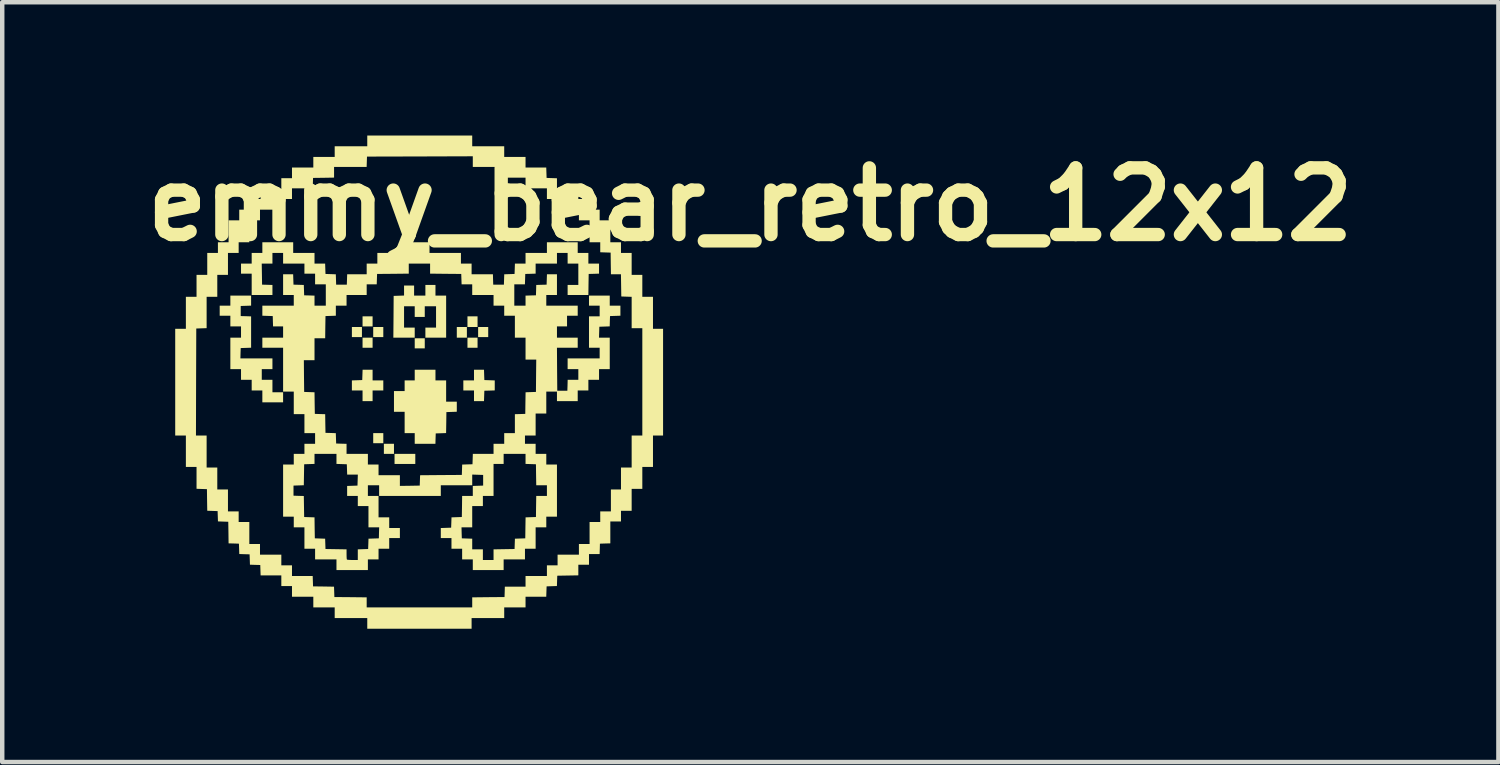
<source format=kicad_pcb>
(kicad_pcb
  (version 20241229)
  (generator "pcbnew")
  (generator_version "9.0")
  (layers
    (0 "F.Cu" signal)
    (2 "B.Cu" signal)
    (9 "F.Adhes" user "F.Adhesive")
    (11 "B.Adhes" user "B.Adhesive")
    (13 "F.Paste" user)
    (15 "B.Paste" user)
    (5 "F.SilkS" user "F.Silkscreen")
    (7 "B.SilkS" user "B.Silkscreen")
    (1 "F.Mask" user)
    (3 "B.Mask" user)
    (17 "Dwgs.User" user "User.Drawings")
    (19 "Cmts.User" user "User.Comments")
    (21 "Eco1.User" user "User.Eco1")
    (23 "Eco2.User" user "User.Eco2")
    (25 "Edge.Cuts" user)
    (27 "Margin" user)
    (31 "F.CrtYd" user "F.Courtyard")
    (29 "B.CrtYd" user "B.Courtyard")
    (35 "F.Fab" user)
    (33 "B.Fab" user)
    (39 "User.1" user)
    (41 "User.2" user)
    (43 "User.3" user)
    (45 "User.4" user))
  (footprint "emmy_bear_retro_12x12"
    (layer "F.Cu")
    (at 6.336 5.55)
    (property "Reference" "emmy_bear_retro_12x12" (at 7.5 -4 0) (layer "F.SilkS") (effects (font (size 1.5 1.5) (thickness 0.3))))
    (attr board_only exclude_from_pos_files exclude_from_bom)
    (fp_poly (pts (xy -1.241 -1.127) (xy -1.241 -1.014) (xy -1.354 -1.014) (xy -1.467 -1.014) (xy -1.467 -1.127) (xy -1.467 -1.241) (xy -1.354 -1.241) (xy -1.241 -1.241)) (stroke (width 0) (type solid)) (fill yes) (layer "F.SilkS"))
    (fp_poly (pts (xy -1.001 -1.367) (xy -1.001 -1.254) (xy -1.114 -1.254) (xy -1.227 -1.254) (xy -1.227 -1.367) (xy -1.227 -1.481) (xy -1.114 -1.481) (xy -1.001 -1.481)) (stroke (width 0) (type solid)) (fill yes) (layer "F.SilkS"))
    (fp_poly (pts (xy -1.001 -0.887) (xy -1.001 -0.774) (xy -1.114 -0.774) (xy -1.227 -0.774) (xy -1.227 -0.887) (xy -1.227 -1.001) (xy -1.114 -1.001) (xy -1.001 -1.001)) (stroke (width 0) (type solid)) (fill yes) (layer "F.SilkS"))
    (fp_poly (pts (xy -0.76 -1.127) (xy -0.76 -1.014) (xy -0.874 -1.014) (xy -0.987 -1.014) (xy -0.987 -1.127) (xy -0.987 -1.241) (xy -0.874 -1.241) (xy -0.76 -1.241)) (stroke (width 0) (type solid)) (fill yes) (layer "F.SilkS"))
    (fp_poly (pts (xy -0.76 1.261) (xy -0.76 1.374) (xy -0.874 1.374) (xy -0.987 1.374) (xy -0.987 1.261) (xy -0.987 1.147) (xy -0.874 1.147) (xy -0.76 1.147)) (stroke (width 0) (type solid)) (fill yes) (layer "F.SilkS"))
    (fp_poly (pts (xy -0.52 1.501) (xy -0.52 1.614) (xy -0.634 1.614) (xy -0.747 1.614) (xy -0.747 1.501) (xy -0.747 1.387) (xy -0.634 1.387) (xy -0.52 1.387)) (stroke (width 0) (type solid)) (fill yes) (layer "F.SilkS"))
    (fp_poly (pts (xy -0.04 1.728) (xy -0.04 1.841) (xy -0.273 1.841) (xy -0.507 1.841) (xy -0.507 1.728) (xy -0.507 1.614) (xy -0.273 1.614) (xy -0.04 1.614)) (stroke (width 0) (type solid)) (fill yes) (layer "F.SilkS"))
    (fp_poly (pts (xy 0.173 -0.874) (xy 0.173 -0.76) (xy 0.06 -0.76) (xy -0.053 -0.76) (xy -0.053 -0.874) (xy -0.053 -0.987) (xy 0.06 -0.987) (xy 0.173 -0.987)) (stroke (width 0) (type solid)) (fill yes) (layer "F.SilkS"))
    (fp_poly (pts (xy 1.121 -1.121) (xy 1.121 -1.001) (xy 1.007 -1.001) (xy 0.894 -1.001) (xy 0.894 -1.121) (xy 0.894 -1.241) (xy 1.007 -1.241) (xy 1.121 -1.241)) (stroke (width 0) (type solid)) (fill yes) (layer "F.SilkS"))
    (fp_poly (pts (xy 1.361 -1.361) (xy 1.361 -1.241) (xy 1.247 -1.241) (xy 1.134 -1.241) (xy 1.134 -1.361) (xy 1.134 -1.481) (xy 1.247 -1.481) (xy 1.361 -1.481)) (stroke (width 0) (type solid)) (fill yes) (layer "F.SilkS"))
    (fp_poly (pts (xy 1.361 -0.887) (xy 1.361 -0.774) (xy 1.247 -0.774) (xy 1.134 -0.774) (xy 1.134 -0.887) (xy 1.134 -1.001) (xy 1.247 -1.001) (xy 1.361 -1.001)) (stroke (width 0) (type solid)) (fill yes) (layer "F.SilkS"))
    (fp_poly (pts (xy 1.601 -1.127) (xy 1.601 -1.014) (xy 1.487 -1.014) (xy 1.374 -1.014) (xy 1.374 -1.127) (xy 1.374 -1.241) (xy 1.487 -1.241) (xy 1.601 -1.241)) (stroke (width 0) (type solid)) (fill yes) (layer "F.SilkS"))
    (fp_poly (pts (xy -1.001 -0.16) (xy -1.001 -0.04) (xy -0.88 -0.04) (xy -0.76 -0.04) (xy -0.76 0.073) (xy -0.76 0.187) (xy -0.88 0.187) (xy -1.001 0.187) (xy -1.001 0.307) (xy -1.001 0.427) (xy -1.114 0.427) (xy -1.227 0.427) (xy -1.227 0.307) (xy -1.227 0.187) (xy -1.347 0.187) (xy -1.467 0.187) (xy -1.467 0.074) (xy -1.467 -0.039) (xy -1.351 -0.043) (xy -1.234 -0.047) (xy -1.23 -0.163) (xy -1.226 -0.28) (xy -1.113 -0.28) (xy -1.001 -0.28)) (stroke (width 0) (type solid)) (fill yes) (layer "F.SilkS"))
    (fp_poly (pts (xy 1.51 -0.163) (xy 1.514 -0.047) (xy 1.631 -0.043) (xy 1.748 -0.039) (xy 1.748 0.073) (xy 1.748 0.186) (xy 1.631 0.19) (xy 1.514 0.193) (xy 1.51 0.31) (xy 1.506 0.427) (xy 1.394 0.427) (xy 1.281 0.427) (xy 1.281 0.307) (xy 1.281 0.187) (xy 1.161 0.187) (xy 1.041 0.187) (xy 1.041 0.073) (xy 1.041 -0.04) (xy 1.161 -0.04) (xy 1.281 -0.04) (xy 1.281 -0.16) (xy 1.281 -0.28) (xy 1.394 -0.28) (xy 1.506 -0.28)) (stroke (width 0) (type solid)) (fill yes) (layer "F.SilkS"))
    (fp_poly (pts (xy 0.414 -0.16) (xy 0.414 -0.04) (xy 0.534 -0.04) (xy 0.654 -0.04) (xy 0.654 0.2) (xy 0.654 0.44) (xy 0.774 0.44) (xy 0.894 0.44) (xy 0.894 0.553) (xy 0.894 0.666) (xy 0.777 0.67) (xy 0.66 0.674) (xy 0.657 0.91) (xy 0.653 1.146) (xy 0.537 1.15) (xy 0.42 1.154) (xy 0.416 1.271) (xy 0.413 1.387) (xy 0.18 1.387) (xy -0.053 1.387) (xy -0.053 1.267) (xy -0.053 1.147) (xy -0.167 1.147) (xy -0.28 1.147) (xy -0.28 0.907) (xy -0.28 0.667) (xy -0.4 0.667) (xy -0.52 0.667) (xy -0.52 0.434) (xy -0.52 0.2) (xy -0.4 0.2) (xy -0.28 0.2) (xy -0.28 0.08) (xy -0.28 -0.04) (xy -0.167 -0.04) (xy -0.053 -0.04) (xy -0.053 -0.16) (xy -0.053 -0.28) (xy 0.18 -0.28) (xy 0.414 -0.28)) (stroke (width 0) (type solid)) (fill yes) (layer "F.SilkS"))
    (fp_poly (pts (xy 0.414 -2.068) (xy 0.414 -1.948) (xy 0.534 -1.948) (xy 0.654 -1.948) (xy 0.654 -1.474) (xy 0.654 -1.001) (xy 0.42 -1.001) (xy 0.187 -1.001) (xy 0.187 -1.114) (xy 0.187 -1.227) (xy 0.307 -1.227) (xy 0.427 -1.227) (xy 0.427 -1.467) (xy 0.427 -1.708) (xy 0.3 -1.708) (xy 0.173 -1.708) (xy 0.173 -1.587) (xy 0.173 -1.467) (xy 0.06 -1.467) (xy -0.053 -1.467) (xy -0.053 -1.587) (xy -0.053 -1.708) (xy -0.173 -1.708) (xy -0.293 -1.708) (xy -0.293 -1.467) (xy -0.293 -1.227) (xy -0.173 -1.227) (xy -0.053 -1.227) (xy -0.053 -1.114) (xy -0.053 -1.001) (xy -0.294 -1.001) (xy -0.534 -1.001) (xy -0.53 -1.471) (xy -0.527 -1.941) (xy -0.41 -1.945) (xy -0.293 -1.949) (xy -0.293 -2.062) (xy -0.293 -2.174) (xy -0.18 -2.174) (xy -0.067 -2.174) (xy -0.067 -2.061) (xy -0.067 -1.948) (xy 0.06 -1.948) (xy 0.187 -1.948) (xy 0.187 -2.068) (xy 0.187 -2.188) (xy 0.3 -2.188) (xy 0.414 -2.188)) (stroke (width 0) (type solid)) (fill yes) (layer "F.SilkS"))
    (fp_poly (pts (xy -3.735 -1.835) (xy -3.735 -1.722) (xy -3.852 -1.718) (xy -3.969 -1.714) (xy -3.969 -1.601) (xy -3.969 -1.487) (xy -3.852 -1.484) (xy -3.735 -1.48) (xy -3.735 -1.127) (xy -3.735 -0.775) (xy -3.852 -0.771) (xy -3.969 -0.767) (xy -3.973 -0.65) (xy -3.976 -0.534) (xy -3.616 -0.534) (xy -3.255 -0.534) (xy -3.255 -0.414) (xy -3.255 -0.293) (xy -3.375 -0.293) (xy -3.495 -0.293) (xy -3.495 -0.173) (xy -3.495 -0.053) (xy -3.375 -0.053) (xy -3.255 -0.053) (xy -3.255 0.087) (xy -3.255 0.227) (xy -3.135 0.227) (xy -3.015 0.227) (xy -3.015 0.34) (xy -3.015 0.454) (xy -3.248 0.454) (xy -3.482 0.454) (xy -3.482 0.32) (xy -3.482 0.187) (xy -3.602 0.187) (xy -3.722 0.187) (xy -3.722 0.067) (xy -3.722 -0.053) (xy -3.842 -0.053) (xy -3.962 -0.053) (xy -3.962 -0.173) (xy -3.962 -0.293) (xy -4.082 -0.293) (xy -4.202 -0.293) (xy -4.202 -0.647) (xy -4.202 -1.001) (xy -4.082 -1.001) (xy -3.962 -1.001) (xy -3.962 -1.127) (xy -3.962 -1.254) (xy -4.082 -1.254) (xy -4.202 -1.254) (xy -4.202 -1.374) (xy -4.202 -1.494) (xy -4.322 -1.494) (xy -4.442 -1.494) (xy -4.442 -1.608) (xy -4.442 -1.721) (xy -4.322 -1.721) (xy -4.202 -1.721) (xy -4.202 -1.834) (xy -4.202 -1.948) (xy -3.969 -1.948) (xy -3.735 -1.948)) (stroke (width 0) (type solid)) (fill yes) (layer "F.SilkS"))
    (fp_poly (pts (xy 1.241 -5.43) (xy 1.241 -5.309) (xy 1.601 -5.309) (xy 1.961 -5.309) (xy 1.961 -5.189) (xy 1.961 -5.069) (xy 2.201 -5.069) (xy 2.441 -5.069) (xy 2.441 -4.949) (xy 2.441 -4.829) (xy 2.674 -4.829) (xy 2.907 -4.829) (xy 2.911 -4.712) (xy 2.915 -4.596) (xy 3.032 -4.592) (xy 3.148 -4.588) (xy 3.148 -4.475) (xy 3.148 -4.362) (xy 3.388 -4.362) (xy 3.629 -4.362) (xy 3.629 -4.242) (xy 3.629 -4.122) (xy 3.749 -4.122) (xy 3.869 -4.122) (xy 3.869 -4.002) (xy 3.869 -3.882) (xy 3.989 -3.882) (xy 4.109 -3.882) (xy 4.109 -3.762) (xy 4.109 -3.642) (xy 4.229 -3.642) (xy 4.349 -3.642) (xy 4.349 -3.395) (xy 4.349 -3.148) (xy 4.469 -3.148) (xy 4.589 -3.148) (xy 4.589 -3.028) (xy 4.589 -2.908) (xy 4.709 -2.908) (xy 4.829 -2.908) (xy 4.829 -2.661) (xy 4.829 -2.415) (xy 4.949 -2.415) (xy 5.069 -2.415) (xy 5.069 -2.168) (xy 5.069 -1.921) (xy 5.189 -1.921) (xy 5.309 -1.921) (xy 5.309 -1.561) (xy 5.309 -1.201) (xy 5.423 -1.201) (xy 5.536 -1.201) (xy 5.536 0) (xy 5.536 1.201) (xy 5.423 1.201) (xy 5.309 1.201) (xy 5.309 1.554) (xy 5.309 1.908) (xy 5.189 1.908) (xy 5.069 1.908) (xy 5.069 2.154) (xy 5.069 2.401) (xy 4.949 2.401) (xy 4.829 2.401) (xy 4.829 2.648) (xy 4.829 2.895) (xy 4.709 2.895) (xy 4.589 2.895) (xy 4.589 3.015) (xy 4.589 3.135) (xy 4.469 3.135) (xy 4.349 3.135) (xy 4.349 3.381) (xy 4.349 3.628) (xy 4.232 3.631) (xy 4.115 3.635) (xy 4.112 3.752) (xy 4.108 3.869) (xy 3.988 3.869) (xy 3.869 3.869) (xy 3.869 3.989) (xy 3.869 4.109) (xy 3.749 4.109) (xy 3.629 4.109) (xy 3.629 4.229) (xy 3.629 4.348) (xy 3.392 4.352) (xy 3.155 4.356) (xy 3.151 4.472) (xy 3.147 4.588) (xy 3.031 4.592) (xy 2.915 4.596) (xy 2.911 4.712) (xy 2.907 4.829) (xy 2.674 4.829) (xy 2.441 4.829) (xy 2.441 4.949) (xy 2.441 5.069) (xy 2.201 5.069) (xy 1.961 5.069) (xy 1.961 5.189) (xy 1.961 5.309) (xy 1.594 5.309) (xy 1.227 5.309) (xy 1.227 5.43) (xy 1.227 5.55) (xy 0.053 5.55) (xy -1.121 5.55) (xy -1.121 5.43) (xy -1.121 5.309) (xy -1.487 5.309) (xy -1.854 5.309) (xy -1.854 5.189) (xy -1.854 5.069) (xy -2.094 5.069) (xy -2.335 5.069) (xy -2.335 4.949) (xy -2.335 4.829) (xy -2.575 4.829) (xy -2.815 4.829) (xy -2.815 4.709) (xy -2.815 4.589) (xy -2.935 4.589) (xy -3.055 4.589) (xy -3.055 4.469) (xy -3.055 4.349) (xy -3.288 4.349) (xy -3.521 4.349) (xy -3.525 4.232) (xy -3.529 4.115) (xy -3.645 4.112) (xy -3.761 4.108) (xy -3.765 3.992) (xy -3.769 3.875) (xy -3.885 3.872) (xy -4.001 3.868) (xy -4.005 3.751) (xy -4.009 3.635) (xy -4.125 3.631) (xy -4.242 3.628) (xy -4.245 3.385) (xy -4.249 3.142) (xy -4.365 3.138) (xy -4.481 3.134) (xy -4.485 3.018) (xy -4.489 2.902) (xy -4.605 2.898) (xy -4.722 2.894) (xy -4.726 2.651) (xy -4.729 2.408) (xy -4.846 2.404) (xy -4.963 2.4) (xy -4.963 2.154) (xy -4.963 1.908) (xy -5.083 1.908) (xy -5.203 1.908) (xy -5.203 1.554) (xy -5.203 1.201) (xy -4.976 1.201) (xy -4.856 1.201) (xy -4.736 1.201) (xy -4.736 1.561) (xy -4.736 1.921) (xy -4.616 1.921) (xy -4.496 1.921) (xy -4.496 2.168) (xy -4.496 2.415) (xy -4.376 2.415) (xy -4.256 2.415) (xy -4.256 2.661) (xy -4.256 2.908) (xy -4.136 2.908) (xy -4.015 2.908) (xy -4.015 3.028) (xy -4.015 3.148) (xy -3.895 3.148) (xy -3.775 3.148) (xy -3.775 3.395) (xy -3.775 3.642) (xy -3.655 3.642) (xy -3.535 3.642) (xy -3.535 3.762) (xy -3.535 3.882) (xy -3.295 3.882) (xy -3.055 3.882) (xy -3.055 4.002) (xy -3.055 4.122) (xy -2.935 4.122) (xy -2.815 4.122) (xy -2.815 4.242) (xy -2.815 4.362) (xy -2.582 4.362) (xy -2.349 4.362) (xy -2.345 4.479) (xy -2.341 4.596) (xy -2.105 4.599) (xy -1.869 4.603) (xy -1.865 4.719) (xy -1.861 4.836) (xy -1.497 4.839) (xy -1.134 4.843) (xy -1.134 4.956) (xy -1.134 5.069) (xy 0.053 5.069) (xy 1.241 5.069) (xy 1.241 4.956) (xy 1.241 4.843) (xy 1.604 4.839) (xy 1.968 4.836) (xy 1.972 4.719) (xy 1.975 4.602) (xy 2.208 4.602) (xy 2.441 4.602) (xy 2.441 4.482) (xy 2.441 4.362) (xy 2.681 4.362) (xy 2.922 4.362) (xy 2.922 4.242) (xy 2.922 4.122) (xy 3.042 4.122) (xy 3.162 4.122) (xy 3.162 4.002) (xy 3.162 3.882) (xy 3.402 3.882) (xy 3.642 3.882) (xy 3.642 3.762) (xy 3.642 3.642) (xy 3.762 3.642) (xy 3.882 3.642) (xy 3.882 3.395) (xy 3.882 3.148) (xy 4.002 3.148) (xy 4.122 3.148) (xy 4.122 3.028) (xy 4.122 2.908) (xy 4.242 2.908) (xy 4.362 2.908) (xy 4.362 2.661) (xy 4.362 2.415) (xy 4.476 2.415) (xy 4.589 2.415) (xy 4.589 2.168) (xy 4.589 1.921) (xy 4.709 1.921) (xy 4.829 1.921) (xy 4.829 1.561) (xy 4.829 1.201) (xy 4.949 1.201) (xy 5.069 1.201) (xy 5.069 -0.007) (xy 5.069 -1.214) (xy 4.949 -1.214) (xy 4.829 -1.214) (xy 4.829 -1.567) (xy 4.829 -1.92) (xy 4.712 -1.924) (xy 4.596 -1.928) (xy 4.592 -2.178) (xy 4.588 -2.428) (xy 4.476 -2.428) (xy 4.363 -2.428) (xy 4.359 -2.671) (xy 4.356 -2.915) (xy 4.239 -2.919) (xy 4.122 -2.923) (xy 4.122 -3.035) (xy 4.122 -3.148) (xy 4.002 -3.148) (xy 3.882 -3.148) (xy 3.882 -3.395) (xy 3.882 -3.642) (xy 3.762 -3.642) (xy 3.642 -3.642) (xy 3.642 -3.762) (xy 3.642 -3.882) (xy 3.402 -3.882) (xy 3.162 -3.882) (xy 3.162 -4.002) (xy 3.162 -4.122) (xy 3.042 -4.122) (xy 2.922 -4.122) (xy 2.922 -4.242) (xy 2.922 -4.362) (xy 2.681 -4.362) (xy 2.441 -4.362) (xy 2.441 -4.482) (xy 2.441 -4.602) (xy 2.201 -4.602) (xy 1.961 -4.602) (xy 1.961 -4.722) (xy 1.961 -4.843) (xy 1.608 -4.843) (xy 1.254 -4.843) (xy 1.254 -4.963) (xy 1.254 -5.083) (xy 0.063 -5.079) (xy -1.127 -5.076) (xy -1.131 -4.959) (xy -1.135 -4.843) (xy -1.501 -4.843) (xy -1.868 -4.843) (xy -1.868 -4.723) (xy -1.868 -4.603) (xy -2.104 -4.599) (xy -2.341 -4.596) (xy -2.345 -4.479) (xy -2.349 -4.362) (xy -2.582 -4.362) (xy -2.815 -4.362) (xy -2.815 -4.242) (xy -2.815 -4.122) (xy -2.935 -4.122) (xy -3.055 -4.122) (xy -3.055 -4.002) (xy -3.055 -3.882) (xy -3.295 -3.882) (xy -3.535 -3.882) (xy -3.535 -3.762) (xy -3.535 -3.642) (xy -3.655 -3.642) (xy -3.775 -3.642) (xy -3.775 -3.395) (xy -3.775 -3.148) (xy -3.895 -3.148) (xy -4.015 -3.148) (xy -4.015 -3.028) (xy -4.015 -2.908) (xy -4.136 -2.908) (xy -4.256 -2.908) (xy -4.256 -2.661) (xy -4.256 -2.415) (xy -4.376 -2.415) (xy -4.496 -2.415) (xy -4.496 -2.168) (xy -4.496 -1.921) (xy -4.616 -1.921) (xy -4.736 -1.921) (xy -4.736 -1.568) (xy -4.736 -1.215) (xy -4.853 -1.211) (xy -4.969 -1.207) (xy -4.973 -0.003) (xy -4.976 1.201) (xy -5.203 1.201) (xy -5.323 1.201) (xy -5.443 1.201) (xy -5.443 0) (xy -5.443 -1.201) (xy -5.323 -1.201) (xy -5.203 -1.201) (xy -5.203 -1.561) (xy -5.203 -1.921) (xy -5.083 -1.921) (xy -4.963 -1.921) (xy -4.963 -2.168) (xy -4.963 -2.415) (xy -4.843 -2.415) (xy -4.722 -2.415) (xy -4.722 -2.661) (xy -4.722 -2.908) (xy -4.602 -2.908) (xy -4.482 -2.908) (xy -4.482 -3.028) (xy -4.482 -3.148) (xy -4.362 -3.148) (xy -4.242 -3.148) (xy -4.242 -3.395) (xy -4.242 -3.642) (xy -4.122 -3.642) (xy -4.002 -3.642) (xy -4.002 -3.762) (xy -4.002 -3.882) (xy -3.882 -3.882) (xy -3.762 -3.882) (xy -3.762 -4.002) (xy -3.762 -4.122) (xy -3.642 -4.122) (xy -3.522 -4.122) (xy -3.522 -4.236) (xy -3.522 -4.349) (xy -3.288 -4.349) (xy -3.055 -4.349) (xy -3.055 -4.469) (xy -3.055 -4.589) (xy -2.935 -4.589) (xy -2.815 -4.589) (xy -2.815 -4.709) (xy -2.815 -4.829) (xy -2.575 -4.829) (xy -2.335 -4.829) (xy -2.335 -4.949) (xy -2.335 -5.069) (xy -2.094 -5.069) (xy -1.854 -5.069) (xy -1.854 -5.189) (xy -1.854 -5.309) (xy -1.487 -5.309) (xy -1.121 -5.309) (xy -1.121 -5.43) (xy -1.121 -5.55) (xy 0.06 -5.55) (xy 1.241 -5.55)) (stroke (width 0) (type solid)) (fill yes) (layer "F.SilkS"))
    (fp_poly (pts (xy -2.788 -3.028) (xy -2.788 -2.908) (xy -2.548 -2.908) (xy -2.308 -2.908) (xy -2.308 -2.788) (xy -2.308 -2.668) (xy -2.188 -2.668) (xy -2.069 -2.668) (xy -2.065 -2.551) (xy -2.061 -2.435) (xy -1.945 -2.431) (xy -1.829 -2.427) (xy -1.825 -2.311) (xy -1.821 -2.194) (xy -1.701 -2.194) (xy -1.581 -2.194) (xy -1.577 -2.311) (xy -1.573 -2.428) (xy -1.354 -2.428) (xy -1.134 -2.428) (xy -1.134 -2.548) (xy -1.134 -2.668) (xy -1.014 -2.668) (xy -0.894 -2.668) (xy -0.894 -2.788) (xy -0.894 -2.908) (xy -0.54 -2.908) (xy -0.187 -2.908) (xy -0.187 -3.028) (xy -0.187 -3.148) (xy 0.047 -3.148) (xy 0.28 -3.148) (xy 0.28 -3.028) (xy 0.28 -2.908) (xy 0.634 -2.908) (xy 0.987 -2.908) (xy 0.987 -2.788) (xy 0.987 -2.668) (xy 1.107 -2.668) (xy 1.227 -2.668) (xy 1.227 -2.548) (xy 1.227 -2.428) (xy 1.467 -2.428) (xy 1.707 -2.428) (xy 1.71 -2.311) (xy 1.714 -2.194) (xy 1.834 -2.194) (xy 1.954 -2.194) (xy 1.958 -2.311) (xy 1.962 -2.427) (xy 2.078 -2.431) (xy 2.194 -2.435) (xy 2.198 -2.551) (xy 2.202 -2.668) (xy 2.322 -2.668) (xy 2.441 -2.668) (xy 2.441 -2.788) (xy 2.441 -2.908) (xy 2.681 -2.908) (xy 2.922 -2.908) (xy 2.922 -3.028) (xy 2.922 -3.148) (xy 3.268 -3.148) (xy 3.615 -3.148) (xy 3.615 -3.028) (xy 3.615 -2.908) (xy 3.735 -2.908) (xy 3.855 -2.908) (xy 3.855 -2.788) (xy 3.855 -2.668) (xy 3.975 -2.668) (xy 4.095 -2.668) (xy 4.095 -2.555) (xy 4.095 -2.442) (xy 3.979 -2.438) (xy 3.862 -2.435) (xy 3.858 -2.198) (xy 3.855 -1.961) (xy 3.622 -1.961) (xy 3.388 -1.961) (xy 3.388 -2.074) (xy 3.388 -2.188) (xy 3.509 -2.188) (xy 3.629 -2.188) (xy 3.629 -2.428) (xy 3.629 -2.668) (xy 3.509 -2.668) (xy 3.388 -2.668) (xy 3.388 -2.788) (xy 3.388 -2.908) (xy 3.268 -2.908) (xy 3.148 -2.908) (xy 3.148 -2.788) (xy 3.148 -2.668) (xy 2.908 -2.668) (xy 2.668 -2.668) (xy 2.668 -2.555) (xy 2.668 -2.442) (xy 2.551 -2.438) (xy 2.435 -2.435) (xy 2.431 -2.318) (xy 2.427 -2.201) (xy 2.307 -2.201) (xy 2.188 -2.201) (xy 2.188 -1.961) (xy 2.188 -1.721) (xy 2.315 -1.721) (xy 2.441 -1.721) (xy 2.441 -1.834) (xy 2.441 -1.947) (xy 2.558 -1.951) (xy 2.675 -1.954) (xy 2.679 -2.071) (xy 2.682 -2.187) (xy 2.799 -2.191) (xy 2.915 -2.194) (xy 2.919 -2.311) (xy 2.923 -2.428) (xy 3.035 -2.428) (xy 3.148 -2.428) (xy 3.148 -2.194) (xy 3.148 -1.961) (xy 3.028 -1.961) (xy 2.908 -1.961) (xy 2.908 -1.841) (xy 2.908 -1.721) (xy 3.262 -1.721) (xy 3.615 -1.721) (xy 3.615 -1.608) (xy 3.615 -1.494) (xy 3.495 -1.494) (xy 3.375 -1.494) (xy 3.375 -1.374) (xy 3.375 -1.254) (xy 3.262 -1.254) (xy 3.148 -1.254) (xy 3.148 -1.127) (xy 3.148 -1.001) (xy 3.382 -1.001) (xy 3.615 -1.001) (xy 3.615 -0.887) (xy 3.615 -0.774) (xy 3.382 -0.774) (xy 3.148 -0.774) (xy 3.151 -0.29) (xy 3.155 0.193) (xy 3.268 0.193) (xy 3.382 0.193) (xy 3.386 0.07) (xy 3.389 -0.053) (xy 3.509 -0.053) (xy 3.629 -0.053) (xy 3.629 -0.173) (xy 3.629 -0.293) (xy 3.509 -0.293) (xy 3.388 -0.293) (xy 3.388 -0.414) (xy 3.388 -0.534) (xy 3.749 -0.534) (xy 4.109 -0.534) (xy 4.109 -0.654) (xy 4.109 -0.774) (xy 3.989 -0.774) (xy 3.869 -0.774) (xy 3.869 -1.127) (xy 3.869 -1.481) (xy 3.989 -1.481) (xy 4.109 -1.481) (xy 4.109 -1.601) (xy 4.109 -1.721) (xy 3.989 -1.721) (xy 3.869 -1.721) (xy 3.869 -1.834) (xy 3.869 -1.948) (xy 4.102 -1.948) (xy 4.336 -1.948) (xy 4.336 -1.834) (xy 4.336 -1.721) (xy 4.456 -1.721) (xy 4.576 -1.721) (xy 4.576 -1.608) (xy 4.576 -1.495) (xy 4.459 -1.491) (xy 4.342 -1.487) (xy 4.338 -1.371) (xy 4.335 -1.255) (xy 4.218 -1.251) (xy 4.102 -1.247) (xy 4.098 -1.124) (xy 4.094 -1.001) (xy 4.215 -1.001) (xy 4.336 -1.001) (xy 4.336 -0.647) (xy 4.336 -0.293) (xy 4.216 -0.293) (xy 4.095 -0.293) (xy 4.095 -0.173) (xy 4.095 -0.053) (xy 3.975 -0.053) (xy 3.855 -0.053) (xy 3.855 0.067) (xy 3.855 0.187) (xy 3.735 0.187) (xy 3.615 0.187) (xy 3.615 0.307) (xy 3.615 0.427) (xy 3.382 0.427) (xy 3.148 0.427) (xy 3.148 0.32) (xy 3.148 0.213) (xy 3.028 0.213) (xy 2.908 0.213) (xy 2.908 0.46) (xy 2.908 0.707) (xy 2.788 0.707) (xy 2.668 0.707) (xy 2.668 0.954) (xy 2.668 1.201) (xy 2.548 1.201) (xy 2.428 1.201) (xy 2.428 1.294) (xy 2.428 1.387) (xy 2.548 1.387) (xy 2.668 1.387) (xy 2.668 1.501) (xy 2.668 1.614) (xy 2.788 1.614) (xy 2.908 1.614) (xy 2.908 1.734) (xy 2.908 1.854) (xy 3.028 1.854) (xy 3.148 1.854) (xy 3.148 2.441) (xy 3.148 3.028) (xy 3.028 3.028) (xy 2.908 3.028) (xy 2.908 3.148) (xy 2.908 3.268) (xy 2.788 3.268) (xy 2.668 3.268) (xy 2.668 3.509) (xy 2.668 3.749) (xy 2.548 3.749) (xy 2.428 3.749) (xy 2.428 3.869) (xy 2.428 3.989) (xy 2.188 3.989) (xy 1.948 3.989) (xy 1.948 4.109) (xy 1.948 4.229) (xy 1.601 4.229) (xy 1.254 4.229) (xy 1.254 4.109) (xy 1.254 3.989) (xy 1.134 3.989) (xy 1.014 3.989) (xy 1.014 3.869) (xy 1.014 3.749) (xy 0.894 3.749) (xy 0.774 3.749) (xy 0.774 3.629) (xy 0.774 3.509) (xy 0.654 3.509) (xy 0.534 3.509) (xy 0.534 3.396) (xy 0.534 3.283) (xy 0.65 3.279) (xy 0.767 3.275) (xy 0.767 3.268) (xy 1 3.268) (xy 1.003 3.392) (xy 1.007 3.515) (xy 1.124 3.519) (xy 1.241 3.523) (xy 1.241 3.642) (xy 1.241 3.762) (xy 1.361 3.762) (xy 1.481 3.762) (xy 1.481 3.882) (xy 1.481 4.002) (xy 1.601 4.002) (xy 1.721 4.002) (xy 1.721 3.882) (xy 1.721 3.763) (xy 1.958 3.759) (xy 2.194 3.755) (xy 2.198 3.639) (xy 2.202 3.523) (xy 2.318 3.519) (xy 2.435 3.515) (xy 2.438 3.279) (xy 2.442 3.043) (xy 2.558 3.039) (xy 2.675 3.035) (xy 2.678 2.798) (xy 2.682 2.561) (xy 2.802 2.561) (xy 2.922 2.561) (xy 2.922 2.441) (xy 2.922 2.321) (xy 2.802 2.321) (xy 2.682 2.321) (xy 2.678 2.084) (xy 2.675 1.848) (xy 2.558 1.844) (xy 2.441 1.84) (xy 2.441 1.727) (xy 2.441 1.614) (xy 2.194 1.614) (xy 1.948 1.614) (xy 1.948 1.728) (xy 1.948 1.841) (xy 1.834 1.841) (xy 1.721 1.841) (xy 1.721 2.201) (xy 1.721 2.561) (xy 1.601 2.561) (xy 1.481 2.561) (xy 1.481 2.675) (xy 1.481 2.788) (xy 1.361 2.788) (xy 1.241 2.788) (xy 1.241 3.028) (xy 1.241 3.268) (xy 1.12 3.268) (xy 1 3.268) (xy 0.767 3.268) (xy 0.771 3.159) (xy 0.775 3.043) (xy 0.891 3.039) (xy 1.007 3.035) (xy 1.011 2.798) (xy 1.014 2.561) (xy 1.134 2.561) (xy 1.254 2.561) (xy 1.254 2.448) (xy 1.254 2.336) (xy 1.371 2.332) (xy 1.487 2.328) (xy 1.487 2.208) (xy 1.487 2.088) (xy 1.364 2.084) (xy 1.241 2.08) (xy 1.241 2.201) (xy 1.241 2.321) (xy 0.887 2.321) (xy 0.534 2.321) (xy 0.534 2.441) (xy 0.534 2.561) (xy -0.16 2.561) (xy -0.854 2.561) (xy -0.854 2.441) (xy -0.854 2.321) (xy -0.981 2.321) (xy -1.107 2.321) (xy -1.107 2.441) (xy -1.107 2.561) (xy -0.987 2.561) (xy -0.867 2.561) (xy -0.867 2.801) (xy -0.867 3.042) (xy -0.747 3.042) (xy -0.627 3.042) (xy -0.627 3.162) (xy -0.627 3.282) (xy -0.507 3.282) (xy -0.387 3.282) (xy -0.387 3.395) (xy -0.387 3.509) (xy -0.507 3.509) (xy -0.627 3.509) (xy -0.627 3.629) (xy -0.627 3.749) (xy -0.747 3.749) (xy -0.867 3.749) (xy -0.867 3.869) (xy -0.867 3.989) (xy -0.987 3.989) (xy -1.107 3.989) (xy -1.107 4.109) (xy -1.107 4.229) (xy -1.461 4.229) (xy -1.814 4.229) (xy -1.814 4.109) (xy -1.814 3.989) (xy -2.054 3.989) (xy -2.295 3.989) (xy -2.295 3.869) (xy -2.295 3.749) (xy -2.415 3.749) (xy -2.535 3.749) (xy -2.535 3.509) (xy -2.535 3.268) (xy -2.655 3.268) (xy -2.775 3.268) (xy -2.775 3.148) (xy -2.775 3.028) (xy -2.895 3.028) (xy -3.015 3.028) (xy -3.015 2.441) (xy -3.015 2.328) (xy -2.781 2.328) (xy -2.781 2.441) (xy -2.781 2.555) (xy -2.665 2.559) (xy -2.549 2.562) (xy -2.545 2.799) (xy -2.541 3.035) (xy -2.425 3.039) (xy -2.308 3.043) (xy -2.305 3.279) (xy -2.301 3.515) (xy -2.185 3.519) (xy -2.069 3.523) (xy -2.065 3.639) (xy -2.061 3.755) (xy -1.824 3.759) (xy -1.587 3.763) (xy -1.587 3.873) (xy -1.586 3.925) (xy -1.584 3.967) (xy -1.58 3.99) (xy -1.579 3.993) (xy -1.562 3.997) (xy -1.526 4) (xy -1.476 4.002) (xy -1.452 4.002) (xy -1.334 4.002) (xy -1.334 3.883) (xy -1.334 3.763) (xy -1.217 3.759) (xy -1.101 3.755) (xy -1.097 3.639) (xy -1.093 3.523) (xy -0.977 3.519) (xy -0.86 3.515) (xy -0.857 3.392) (xy -0.853 3.268) (xy -0.973 3.268) (xy -1.094 3.268) (xy -1.094 3.028) (xy -1.094 2.788) (xy -1.214 2.788) (xy -1.334 2.788) (xy -1.334 2.675) (xy -1.334 2.561) (xy -1.454 2.561) (xy -1.574 2.561) (xy -1.574 2.448) (xy -1.574 2.336) (xy -1.457 2.332) (xy -1.341 2.328) (xy -1.337 2.204) (xy -1.333 2.081) (xy -1.453 2.081) (xy -1.573 2.081) (xy -1.577 1.964) (xy -1.581 1.848) (xy -1.698 1.844) (xy -1.814 1.84) (xy -1.814 1.727) (xy -1.814 1.614) (xy -2.061 1.614) (xy -2.308 1.614) (xy -2.308 1.727) (xy -2.308 1.84) (xy -2.425 1.844) (xy -2.541 1.848) (xy -2.545 2.084) (xy -2.549 2.32) (xy -2.665 2.324) (xy -2.781 2.328) (xy -3.015 2.328) (xy -3.015 1.854) (xy -2.895 1.854) (xy -2.775 1.854) (xy -2.775 1.734) (xy -2.775 1.614) (xy -2.655 1.614) (xy -2.535 1.614) (xy -2.535 1.501) (xy -2.535 1.387) (xy -2.415 1.387) (xy -2.295 1.387) (xy -2.295 1.267) (xy -2.295 1.147) (xy -2.415 1.147) (xy -2.535 1.147) (xy -2.535 0.934) (xy -2.535 0.72) (xy -2.655 0.72) (xy -2.775 0.72) (xy -2.775 0.467) (xy -2.775 0.213) (xy -2.895 0.213) (xy -3.015 0.213) (xy -3.015 -0.28) (xy -3.015 -0.494) (xy -2.548 -0.494) (xy -2.545 -0.137) (xy -2.541 0.22) (xy -2.425 0.224) (xy -2.308 0.228) (xy -2.305 0.471) (xy -2.301 0.714) (xy -2.185 0.718) (xy -2.068 0.721) (xy -2.065 0.931) (xy -2.061 1.141) (xy -1.945 1.144) (xy -1.829 1.148) (xy -1.825 1.265) (xy -1.821 1.381) (xy -1.704 1.385) (xy -1.587 1.388) (xy -1.587 1.501) (xy -1.587 1.614) (xy -1.347 1.614) (xy -1.107 1.614) (xy -1.107 1.734) (xy -1.107 1.854) (xy -0.987 1.854) (xy -0.867 1.854) (xy -0.867 1.974) (xy -0.867 2.094) (xy -0.627 2.094) (xy -0.387 2.094) (xy -0.387 2.215) (xy -0.387 2.335) (xy -0.163 2.332) (xy 0.06 2.328) (xy 0.064 2.211) (xy 0.068 2.095) (xy 0.537 2.091) (xy 1.007 2.088) (xy 1.011 1.972) (xy 1.015 1.855) (xy 1.131 1.851) (xy 1.247 1.848) (xy 1.251 1.731) (xy 1.255 1.614) (xy 1.488 1.614) (xy 1.721 1.614) (xy 1.721 1.501) (xy 1.721 1.387) (xy 1.841 1.387) (xy 1.961 1.387) (xy 1.961 1.267) (xy 1.961 1.147) (xy 2.081 1.147) (xy 2.201 1.147) (xy 2.201 0.934) (xy 2.201 0.721) (xy 2.318 0.718) (xy 2.435 0.714) (xy 2.438 0.471) (xy 2.442 0.228) (xy 2.558 0.224) (xy 2.675 0.22) (xy 2.678 -0.143) (xy 2.682 -0.507) (xy 2.562 -0.507) (xy 2.441 -0.507) (xy 2.441 -0.754) (xy 2.441 -1.001) (xy 2.321 -1.001) (xy 2.201 -1.001) (xy 2.201 -1.247) (xy 2.201 -1.494) (xy 2.081 -1.494) (xy 1.961 -1.494) (xy 1.961 -1.608) (xy 1.961 -1.721) (xy 1.841 -1.721) (xy 1.721 -1.721) (xy 1.721 -1.841) (xy 1.721 -1.961) (xy 1.481 -1.961) (xy 1.241 -1.961) (xy 1.241 -2.081) (xy 1.241 -2.201) (xy 1.121 -2.201) (xy 1.002 -2.201) (xy 0.998 -2.318) (xy 0.994 -2.435) (xy 0.644 -2.438) (xy 0.293 -2.442) (xy 0.293 -2.555) (xy 0.293 -2.668) (xy 0.053 -2.668) (xy -0.187 -2.668) (xy -0.187 -2.555) (xy -0.187 -2.442) (xy -0.544 -2.438) (xy -0.9 -2.435) (xy -0.904 -2.318) (xy -0.908 -2.201) (xy -1.021 -2.201) (xy -1.134 -2.201) (xy -1.134 -2.081) (xy -1.134 -1.961) (xy -1.361 -1.961) (xy -1.587 -1.961) (xy -1.587 -1.841) (xy -1.587 -1.721) (xy -1.708 -1.721) (xy -1.828 -1.721) (xy -1.828 -1.608) (xy -1.828 -1.495) (xy -1.944 -1.491) (xy -2.061 -1.487) (xy -2.065 -1.237) (xy -2.068 -0.987) (xy -2.188 -0.987) (xy -2.308 -0.987) (xy -2.308 -0.74) (xy -2.308 -0.494) (xy -2.428 -0.494) (xy -2.548 -0.494) (xy -3.015 -0.494) (xy -3.015 -0.774) (xy -3.248 -0.774) (xy -3.482 -0.774) (xy -3.482 -0.887) (xy -3.482 -1.001) (xy -3.248 -1.001) (xy -3.015 -1.001) (xy -3.015 -1.127) (xy -3.015 -1.254) (xy -3.128 -1.254) (xy -3.241 -1.254) (xy -3.245 -1.371) (xy -3.248 -1.487) (xy -3.365 -1.491) (xy -3.482 -1.495) (xy -3.482 -1.608) (xy -3.482 -1.721) (xy -3.128 -1.721) (xy -2.775 -1.721) (xy -2.775 -1.841) (xy -2.775 -1.961) (xy -2.895 -1.961) (xy -3.015 -1.961) (xy -3.015 -2.194) (xy -3.015 -2.428) (xy -2.902 -2.428) (xy -2.789 -2.428) (xy -2.785 -2.311) (xy -2.781 -2.194) (xy -2.665 -2.191) (xy -2.549 -2.187) (xy -2.545 -2.071) (xy -2.541 -1.954) (xy -2.425 -1.951) (xy -2.308 -1.947) (xy -2.308 -1.834) (xy -2.308 -1.721) (xy -2.181 -1.721) (xy -2.054 -1.721) (xy -2.054 -1.961) (xy -2.054 -2.201) (xy -2.174 -2.201) (xy -2.295 -2.201) (xy -2.295 -2.321) (xy -2.295 -2.441) (xy -2.415 -2.441) (xy -2.535 -2.441) (xy -2.535 -2.555) (xy -2.535 -2.668) (xy -2.775 -2.668) (xy -3.015 -2.668) (xy -3.015 -2.788) (xy -3.015 -2.908) (xy -3.135 -2.908) (xy -3.255 -2.908) (xy -3.255 -2.788) (xy -3.255 -2.668) (xy -3.375 -2.668) (xy -3.496 -2.668) (xy -3.492 -2.431) (xy -3.488 -2.194) (xy -3.372 -2.191) (xy -3.255 -2.187) (xy -3.255 -2.074) (xy -3.255 -1.961) (xy -3.488 -1.961) (xy -3.722 -1.961) (xy -3.722 -2.201) (xy -3.722 -2.441) (xy -3.842 -2.441) (xy -3.962 -2.441) (xy -3.962 -2.555) (xy -3.962 -2.668) (xy -3.842 -2.668) (xy -3.722 -2.668) (xy -3.722 -2.788) (xy -3.722 -2.908) (xy -3.602 -2.908) (xy -3.482 -2.908) (xy -3.482 -3.028) (xy -3.482 -3.148) (xy -3.135 -3.148) (xy -2.788 -3.148)) (stroke (width 0) (type solid)) (fill yes) (layer "F.SilkS")))
  (gr_rect
    (start -3 -3)
    (end 30.671 14.099)
    (stroke (width 0.1) (type default))
    (fill no)
    (layer "Edge.Cuts")))
</source>
